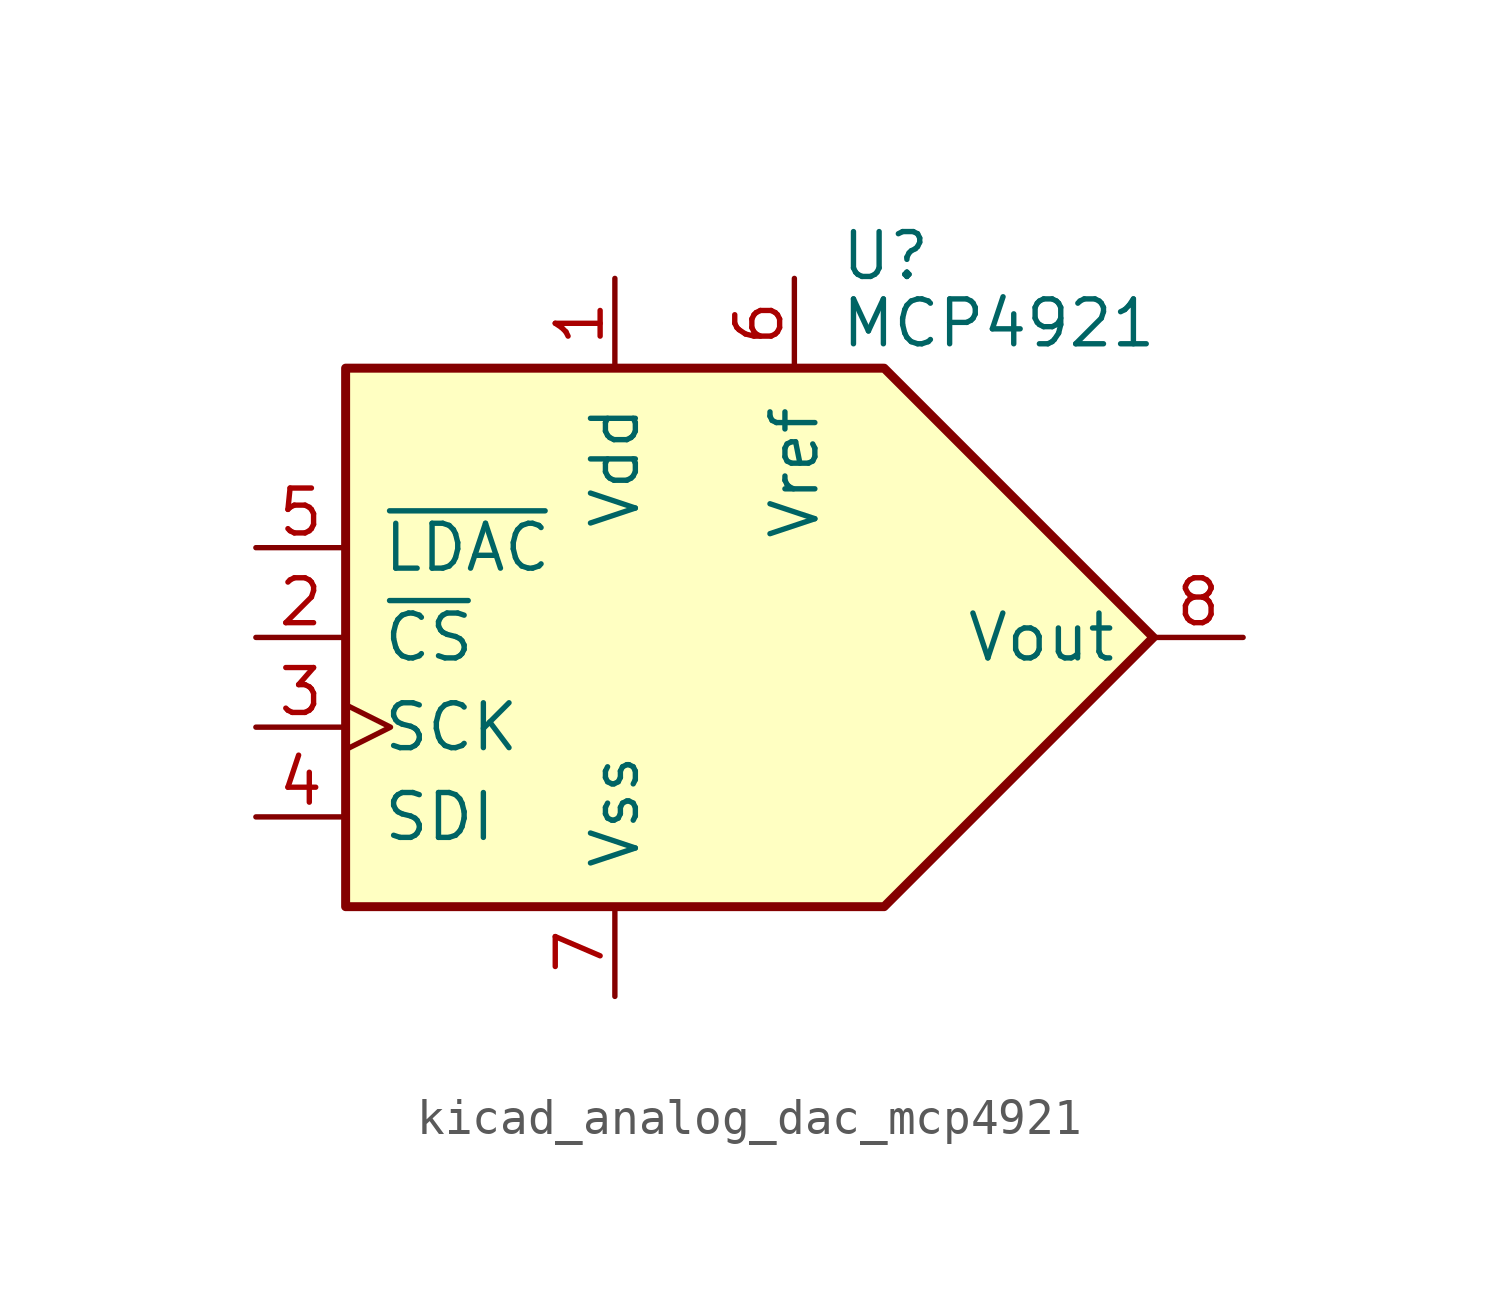
<source format=kicad_sym>
(kicad_symbol_lib
  (version 20220914)
  (generator kicad_symbol_editor)
  (symbol "kicad_analog_dac_mcp4921"
    (pin_names
      (offset 1.016))
    (property "Reference" "U"
      (at 6.35 10.795 0)
      (effects (font (size 1.27 1.27)) (justify left)))
    (property "Value" "MCP4921"
      (at 6.35 8.89 0)
      (effects (font (size 1.27 1.27)) (justify left)))
    (symbol "kicad_analog_dac_mcp4921_0_0"
      (polyline (pts (xy 15.24 0) (xy 7.62 7.62) (xy -7.62 7.62) (xy -7.62 -7.62) (xy 7.62 -7.62) (xy 15.24 0)) (stroke (width 0.254) (type default)) (fill (type background))))
    (symbol "kicad_analog_dac_mcp4921_1_1"
      (pin power_in line (at 0 10.16 270) (length 2.54) (name "Vdd" (effects (font (size 1.27 1.27)))) (number "1" (effects (font (size 1.27 1.27)))))
      (pin input line (at -10.16 0 0) (length 2.54) (name "~{CS}" (effects (font (size 1.27 1.27)))) (number "2" (effects (font (size 1.27 1.27)))))
      (pin input clock (at -10.16 -2.54 0) (length 2.54) (name "SCK" (effects (font (size 1.27 1.27)))) (number "3" (effects (font (size 1.27 1.27)))))
      (pin input line (at -10.16 -5.08 0) (length 2.54) (name "SDI" (effects (font (size 1.27 1.27)))) (number "4" (effects (font (size 1.27 1.27)))))
      (pin input line (at -10.16 2.54 0) (length 2.54) (name "~{LDAC}" (effects (font (size 1.27 1.27)))) (number "5" (effects (font (size 1.27 1.27)))))
      (pin power_in line (at 5.08 10.16 270) (length 2.54) (name "Vref" (effects (font (size 1.27 1.27)))) (number "6" (effects (font (size 1.27 1.27)))))
      (pin power_in line (at 0 -10.16 90) (length 2.54) (name "Vss" (effects (font (size 1.27 1.27)))) (number "7" (effects (font (size 1.27 1.27)))))
      (pin output line (at 17.78 0 180) (length 2.54) (name "Vout" (effects (font (size 1.27 1.27)))) (number "8" (effects (font (size 1.27 1.27))))))))
</source>
